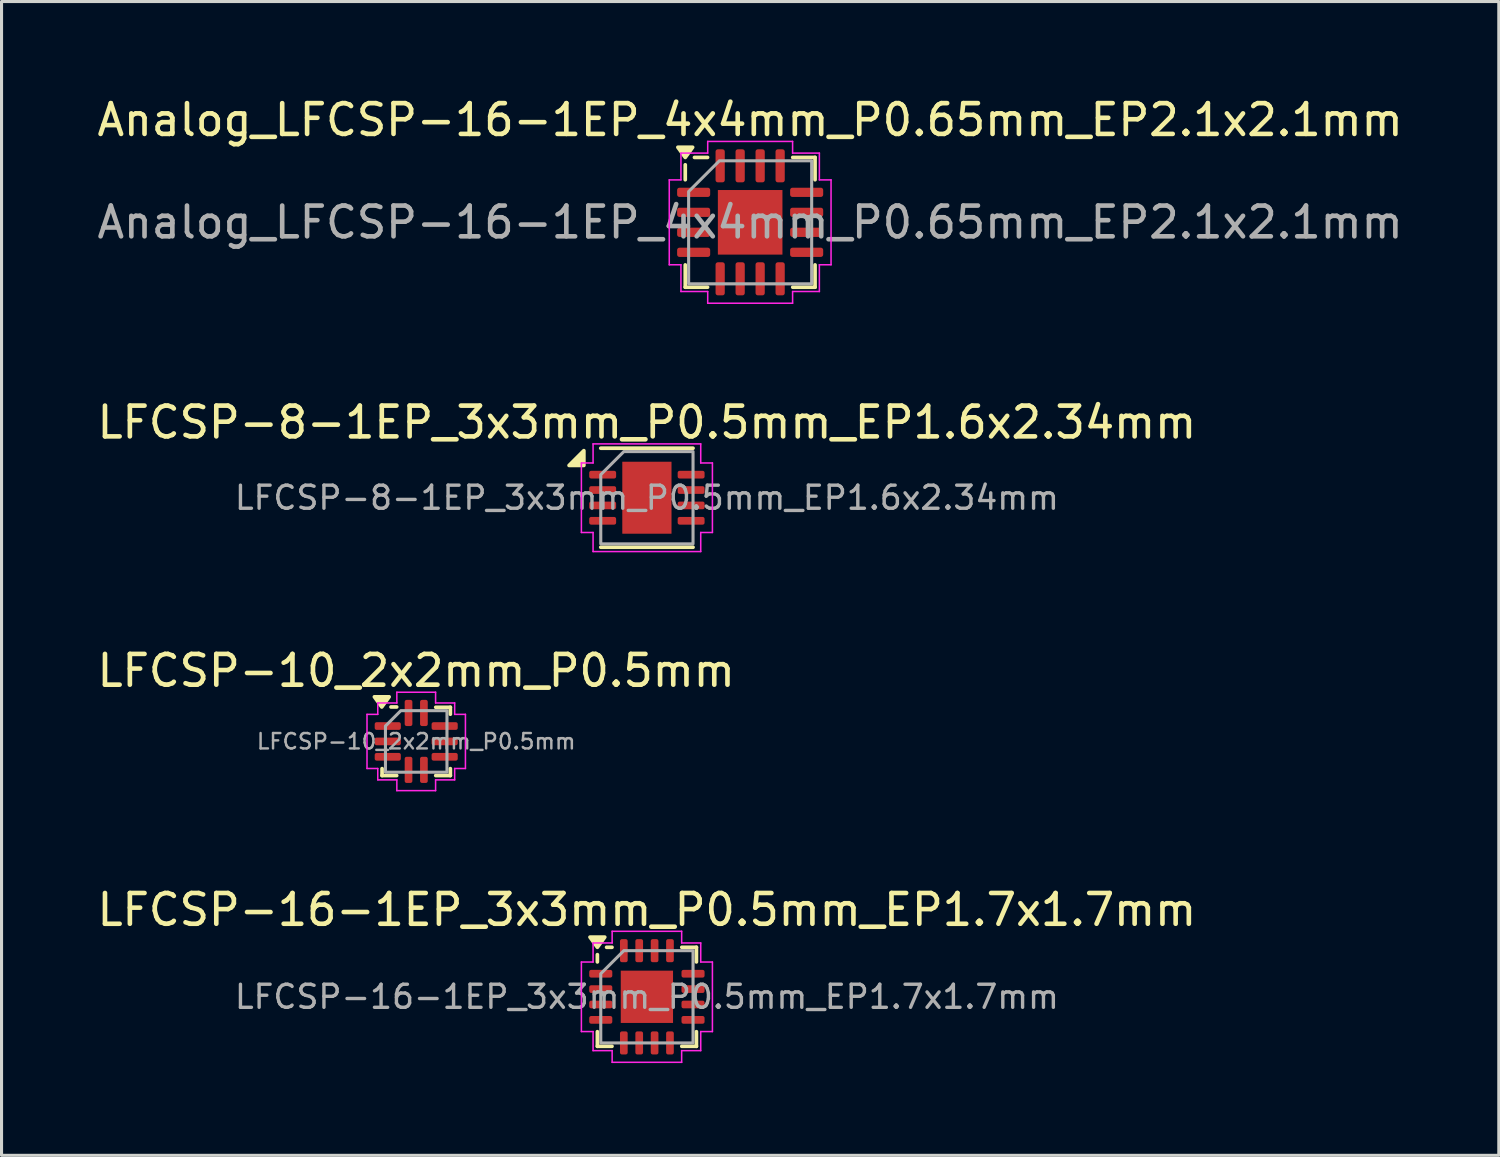
<source format=kicad_pcb>
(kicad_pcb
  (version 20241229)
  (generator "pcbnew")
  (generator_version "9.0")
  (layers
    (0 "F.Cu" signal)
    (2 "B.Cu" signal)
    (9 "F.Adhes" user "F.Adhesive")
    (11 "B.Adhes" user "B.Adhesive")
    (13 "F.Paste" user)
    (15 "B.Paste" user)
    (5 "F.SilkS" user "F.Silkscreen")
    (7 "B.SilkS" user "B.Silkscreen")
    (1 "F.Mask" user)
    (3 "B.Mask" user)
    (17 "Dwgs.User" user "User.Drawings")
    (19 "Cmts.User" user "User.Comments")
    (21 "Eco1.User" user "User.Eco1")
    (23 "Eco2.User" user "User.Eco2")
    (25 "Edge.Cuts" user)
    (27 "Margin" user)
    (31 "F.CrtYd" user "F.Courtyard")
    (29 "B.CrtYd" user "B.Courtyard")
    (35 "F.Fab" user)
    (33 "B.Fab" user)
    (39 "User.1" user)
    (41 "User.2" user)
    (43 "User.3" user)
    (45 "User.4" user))
  (footprint "LFCSP-8-1EP_3x3mm_P0.5mm_EP1.6x2.34mm"
    (layer "F.Cu")
    (at 17.982 13.132)
    (property "Reference" "LFCSP-8-1EP_3x3mm_P0.5mm_EP1.6x2.34mm" (at 0 -2.45 0) (layer "F.SilkS") (effects (font (size 1 1) (thickness 0.15))))
    (attr smd)
    (fp_line (start -1.5 -1.61) (end 1.5 -1.61) (stroke (width 0.12) (type solid)) (layer "F.SilkS"))
    (fp_line (start -1.5 1.61) (end 1.5 1.61) (stroke (width 0.12) (type solid)) (layer "F.SilkS"))
    (fp_poly (pts (xy -2.05 -1.05) (xy -2.53 -1.05) (xy -2.05 -1.53)) (stroke (width 0.12) (type solid)) (fill yes) (layer "F.SilkS"))
    (fp_line (start -2.13 -1.13) (end -1.75 -1.13) (stroke (width 0.05) (type solid)) (layer "F.CrtYd"))
    (fp_line (start -2.13 1.13) (end -2.13 -1.13) (stroke (width 0.05) (type solid)) (layer "F.CrtYd"))
    (fp_line (start -1.75 -1.75) (end 1.75 -1.75) (stroke (width 0.05) (type solid)) (layer "F.CrtYd"))
    (fp_line (start -1.75 -1.13) (end -1.75 -1.75) (stroke (width 0.05) (type solid)) (layer "F.CrtYd"))
    (fp_line (start -1.75 1.13) (end -2.13 1.13) (stroke (width 0.05) (type solid)) (layer "F.CrtYd"))
    (fp_line (start -1.75 1.75) (end -1.75 1.13) (stroke (width 0.05) (type solid)) (layer "F.CrtYd"))
    (fp_line (start 1.75 -1.75) (end 1.75 -1.13) (stroke (width 0.05) (type solid)) (layer "F.CrtYd"))
    (fp_line (start 1.75 -1.13) (end 2.13 -1.13) (stroke (width 0.05) (type solid)) (layer "F.CrtYd"))
    (fp_line (start 1.75 1.13) (end 1.75 1.75) (stroke (width 0.05) (type solid)) (layer "F.CrtYd"))
    (fp_line (start 1.75 1.75) (end -1.75 1.75) (stroke (width 0.05) (type solid)) (layer "F.CrtYd"))
    (fp_line (start 2.13 -1.13) (end 2.13 1.13) (stroke (width 0.05) (type solid)) (layer "F.CrtYd"))
    (fp_line (start 2.13 1.13) (end 1.75 1.13) (stroke (width 0.05) (type solid)) (layer "F.CrtYd"))
    (fp_poly (pts (xy -1.5 -0.75) (xy -1.5 1.5) (xy 1.5 1.5) (xy 1.5 -1.5) (xy -0.75 -1.5)) (stroke (width 0.1) (type solid)) (fill no) (layer "F.Fab"))
    (fp_text user "${REFERENCE}" (at 0 0 0) (layer "F.Fab") (effects (font (size 0.75 0.75) (thickness 0.11))))
    (pad "" smd roundrect (at -0.4 -0.585) (size 0.64 0.94) (layers "F.Paste") (roundrect_rratio 0.25))
    (pad "" smd roundrect (at -0.4 0.585) (size 0.64 0.94) (layers "F.Paste") (roundrect_rratio 0.25))
    (pad "" smd roundrect (at 0.4 -0.585) (size 0.64 0.94) (layers "F.Paste") (roundrect_rratio 0.25))
    (pad "" smd roundrect (at 0.4 0.585) (size 0.64 0.94) (layers "F.Paste") (roundrect_rratio 0.25))
    (pad "1" smd roundrect (at -1.438 -0.75) (size 0.875 0.25) (layers "F.Cu" "F.Mask" "F.Paste") (roundrect_rratio 0.25))
    (pad "2" smd roundrect (at -1.438 -0.25) (size 0.875 0.25) (layers "F.Cu" "F.Mask" "F.Paste") (roundrect_rratio 0.25))
    (pad "3" smd roundrect (at -1.438 0.25) (size 0.875 0.25) (layers "F.Cu" "F.Mask" "F.Paste") (roundrect_rratio 0.25))
    (pad "4" smd roundrect (at -1.438 0.75) (size 0.875 0.25) (layers "F.Cu" "F.Mask" "F.Paste") (roundrect_rratio 0.25))
    (pad "5" smd roundrect (at 1.438 0.75) (size 0.875 0.25) (layers "F.Cu" "F.Mask" "F.Paste") (roundrect_rratio 0.25))
    (pad "6" smd roundrect (at 1.438 0.25) (size 0.875 0.25) (layers "F.Cu" "F.Mask" "F.Paste") (roundrect_rratio 0.25))
    (pad "7" smd roundrect (at 1.438 -0.25) (size 0.875 0.25) (layers "F.Cu" "F.Mask" "F.Paste") (roundrect_rratio 0.25))
    (pad "8" smd roundrect (at 1.438 -0.75) (size 0.875 0.25) (layers "F.Cu" "F.Mask" "F.Paste") (roundrect_rratio 0.25))
    (pad "9" smd rect (at 0 0) (size 1.6 2.34) (property pad_prop_heatsink) (layers "F.Cu" "F.Mask")))
  (footprint "LFCSP-16-1EP_3x3mm_P0.5mm_EP1.7x1.7mm"
    (layer "F.Cu")
    (at 17.982 29.358)
    (property "Reference" "LFCSP-16-1EP_3x3mm_P0.5mm_EP1.7x1.7mm" (at 0 -2.83 0) (layer "F.SilkS") (effects (font (size 1 1) (thickness 0.15))))
    (attr smd)
    (fp_line (start -1.61 -1.135) (end -1.61 -1.37) (stroke (width 0.12) (type solid)) (layer "F.SilkS"))
    (fp_line (start -1.61 1.61) (end -1.61 1.135) (stroke (width 0.12) (type solid)) (layer "F.SilkS"))
    (fp_line (start -1.135 -1.61) (end -1.31 -1.61) (stroke (width 0.12) (type solid)) (layer "F.SilkS"))
    (fp_line (start -1.135 1.61) (end -1.61 1.61) (stroke (width 0.12) (type solid)) (layer "F.SilkS"))
    (fp_line (start 1.135 -1.61) (end 1.61 -1.61) (stroke (width 0.12) (type solid)) (layer "F.SilkS"))
    (fp_line (start 1.135 1.61) (end 1.61 1.61) (stroke (width 0.12) (type solid)) (layer "F.SilkS"))
    (fp_line (start 1.61 -1.61) (end 1.61 -1.135) (stroke (width 0.12) (type solid)) (layer "F.SilkS"))
    (fp_line (start 1.61 1.61) (end 1.61 1.135) (stroke (width 0.12) (type solid)) (layer "F.SilkS"))
    (fp_poly (pts (xy -1.61 -1.61) (xy -1.85 -1.94) (xy -1.37 -1.94)) (stroke (width 0.12) (type solid)) (fill yes) (layer "F.SilkS"))
    (fp_line (start -2.13 -1.13) (end -1.75 -1.13) (stroke (width 0.05) (type solid)) (layer "F.CrtYd"))
    (fp_line (start -2.13 1.13) (end -2.13 -1.13) (stroke (width 0.05) (type solid)) (layer "F.CrtYd"))
    (fp_line (start -1.75 -1.75) (end -1.13 -1.75) (stroke (width 0.05) (type solid)) (layer "F.CrtYd"))
    (fp_line (start -1.75 -1.13) (end -1.75 -1.75) (stroke (width 0.05) (type solid)) (layer "F.CrtYd"))
    (fp_line (start -1.75 1.13) (end -2.13 1.13) (stroke (width 0.05) (type solid)) (layer "F.CrtYd"))
    (fp_line (start -1.75 1.75) (end -1.75 1.13) (stroke (width 0.05) (type solid)) (layer "F.CrtYd"))
    (fp_line (start -1.13 -2.13) (end 1.13 -2.13) (stroke (width 0.05) (type solid)) (layer "F.CrtYd"))
    (fp_line (start -1.13 -1.75) (end -1.13 -2.13) (stroke (width 0.05) (type solid)) (layer "F.CrtYd"))
    (fp_line (start -1.13 1.75) (end -1.75 1.75) (stroke (width 0.05) (type solid)) (layer "F.CrtYd"))
    (fp_line (start -1.13 2.13) (end -1.13 1.75) (stroke (width 0.05) (type solid)) (layer "F.CrtYd"))
    (fp_line (start 1.13 -2.13) (end 1.13 -1.75) (stroke (width 0.05) (type solid)) (layer "F.CrtYd"))
    (fp_line (start 1.13 -1.75) (end 1.75 -1.75) (stroke (width 0.05) (type solid)) (layer "F.CrtYd"))
    (fp_line (start 1.13 1.75) (end 1.13 2.13) (stroke (width 0.05) (type solid)) (layer "F.CrtYd"))
    (fp_line (start 1.13 2.13) (end -1.13 2.13) (stroke (width 0.05) (type solid)) (layer "F.CrtYd"))
    (fp_line (start 1.75 -1.75) (end 1.75 -1.13) (stroke (width 0.05) (type solid)) (layer "F.CrtYd"))
    (fp_line (start 1.75 -1.13) (end 2.13 -1.13) (stroke (width 0.05) (type solid)) (layer "F.CrtYd"))
    (fp_line (start 1.75 1.13) (end 1.75 1.75) (stroke (width 0.05) (type solid)) (layer "F.CrtYd"))
    (fp_line (start 1.75 1.75) (end 1.13 1.75) (stroke (width 0.05) (type solid)) (layer "F.CrtYd"))
    (fp_line (start 2.13 -1.13) (end 2.13 1.13) (stroke (width 0.05) (type solid)) (layer "F.CrtYd"))
    (fp_line (start 2.13 1.13) (end 1.75 1.13) (stroke (width 0.05) (type solid)) (layer "F.CrtYd"))
    (fp_poly (pts (xy -1.5 -0.75) (xy -1.5 1.5) (xy 1.5 1.5) (xy 1.5 -1.5) (xy -0.75 -1.5)) (stroke (width 0.1) (type solid)) (fill no) (layer "F.Fab"))
    (fp_text user "${REFERENCE}" (at 0 0 0) (layer "F.Fab") (effects (font (size 0.75 0.75) (thickness 0.11))))
    (pad "" smd roundrect (at -0.425 -0.425) (size 0.69 0.69) (layers "F.Paste") (roundrect_rratio 0.25))
    (pad "" smd roundrect (at -0.425 0.425) (size 0.69 0.69) (layers "F.Paste") (roundrect_rratio 0.25))
    (pad "" smd roundrect (at 0.425 -0.425) (size 0.69 0.69) (layers "F.Paste") (roundrect_rratio 0.25))
    (pad "" smd roundrect (at 0.425 0.425) (size 0.69 0.69) (layers "F.Paste") (roundrect_rratio 0.25))
    (pad "1" smd roundrect (at -1.5 -0.75) (size 0.75 0.25) (layers "F.Cu" "F.Mask" "F.Paste") (roundrect_rratio 0.25))
    (pad "2" smd roundrect (at -1.5 -0.25) (size 0.75 0.25) (layers "F.Cu" "F.Mask" "F.Paste") (roundrect_rratio 0.25))
    (pad "3" smd roundrect (at -1.5 0.25) (size 0.75 0.25) (layers "F.Cu" "F.Mask" "F.Paste") (roundrect_rratio 0.25))
    (pad "4" smd roundrect (at -1.5 0.75) (size 0.75 0.25) (layers "F.Cu" "F.Mask" "F.Paste") (roundrect_rratio 0.25))
    (pad "5" smd roundrect (at -0.75 1.5) (size 0.25 0.75) (layers "F.Cu" "F.Mask" "F.Paste") (roundrect_rratio 0.25))
    (pad "6" smd roundrect (at -0.25 1.5) (size 0.25 0.75) (layers "F.Cu" "F.Mask" "F.Paste") (roundrect_rratio 0.25))
    (pad "7" smd roundrect (at 0.25 1.5) (size 0.25 0.75) (layers "F.Cu" "F.Mask" "F.Paste") (roundrect_rratio 0.25))
    (pad "8" smd roundrect (at 0.75 1.5) (size 0.25 0.75) (layers "F.Cu" "F.Mask" "F.Paste") (roundrect_rratio 0.25))
    (pad "9" smd roundrect (at 1.5 0.75) (size 0.75 0.25) (layers "F.Cu" "F.Mask" "F.Paste") (roundrect_rratio 0.25))
    (pad "10" smd roundrect (at 1.5 0.25) (size 0.75 0.25) (layers "F.Cu" "F.Mask" "F.Paste") (roundrect_rratio 0.25))
    (pad "11" smd roundrect (at 1.5 -0.25) (size 0.75 0.25) (layers "F.Cu" "F.Mask" "F.Paste") (roundrect_rratio 0.25))
    (pad "12" smd roundrect (at 1.5 -0.75) (size 0.75 0.25) (layers "F.Cu" "F.Mask" "F.Paste") (roundrect_rratio 0.25))
    (pad "13" smd roundrect (at 0.75 -1.5) (size 0.25 0.75) (layers "F.Cu" "F.Mask" "F.Paste") (roundrect_rratio 0.25))
    (pad "14" smd roundrect (at 0.25 -1.5) (size 0.25 0.75) (layers "F.Cu" "F.Mask" "F.Paste") (roundrect_rratio 0.25))
    (pad "15" smd roundrect (at -0.25 -1.5) (size 0.25 0.75) (layers "F.Cu" "F.Mask" "F.Paste") (roundrect_rratio 0.25))
    (pad "16" smd roundrect (at -0.75 -1.5) (size 0.25 0.75) (layers "F.Cu" "F.Mask" "F.Paste") (roundrect_rratio 0.25))
    (pad "17" smd rect (at 0 0) (size 1.7 1.7) (property pad_prop_heatsink) (layers "F.Cu" "F.Mask")))
  (footprint "Analog_LFCSP-16-1EP_4x4mm_P0.65mm_EP2.1x2.1mm"
    (layer "F.Cu")
    (at 21.339 4.178)
    (property "Reference" "Analog_LFCSP-16-1EP_4x4mm_P0.65mm_EP2.1x2.1mm" (at 0 -3.33 0) (layer "F.SilkS") (effects (font (size 1 1) (thickness 0.15))))
    (attr smd)
    (fp_line (start -2.11 -1.385) (end -2.11 -1.87) (stroke (width 0.12) (type solid)) (layer "F.SilkS"))
    (fp_line (start -2.11 2.11) (end -2.11 1.385) (stroke (width 0.12) (type solid)) (layer "F.SilkS"))
    (fp_line (start -1.385 -2.11) (end -1.81 -2.11) (stroke (width 0.12) (type solid)) (layer "F.SilkS"))
    (fp_line (start -1.385 2.11) (end -2.11 2.11) (stroke (width 0.12) (type solid)) (layer "F.SilkS"))
    (fp_line (start 1.385 -2.11) (end 2.11 -2.11) (stroke (width 0.12) (type solid)) (layer "F.SilkS"))
    (fp_line (start 1.385 2.11) (end 2.11 2.11) (stroke (width 0.12) (type solid)) (layer "F.SilkS"))
    (fp_line (start 2.11 -2.11) (end 2.11 -1.385) (stroke (width 0.12) (type solid)) (layer "F.SilkS"))
    (fp_line (start 2.11 2.11) (end 2.11 1.385) (stroke (width 0.12) (type solid)) (layer "F.SilkS"))
    (fp_poly (pts (xy -2.11 -2.11) (xy -2.35 -2.44) (xy -1.87 -2.44)) (stroke (width 0.12) (type solid)) (fill yes) (layer "F.SilkS"))
    (fp_line (start -2.63 -1.38) (end -2.25 -1.38) (stroke (width 0.05) (type solid)) (layer "F.CrtYd"))
    (fp_line (start -2.63 1.38) (end -2.63 -1.38) (stroke (width 0.05) (type solid)) (layer "F.CrtYd"))
    (fp_line (start -2.25 -2.25) (end -1.38 -2.25) (stroke (width 0.05) (type solid)) (layer "F.CrtYd"))
    (fp_line (start -2.25 -1.38) (end -2.25 -2.25) (stroke (width 0.05) (type solid)) (layer "F.CrtYd"))
    (fp_line (start -2.25 1.38) (end -2.63 1.38) (stroke (width 0.05) (type solid)) (layer "F.CrtYd"))
    (fp_line (start -2.25 2.25) (end -2.25 1.38) (stroke (width 0.05) (type solid)) (layer "F.CrtYd"))
    (fp_line (start -1.38 -2.63) (end 1.38 -2.63) (stroke (width 0.05) (type solid)) (layer "F.CrtYd"))
    (fp_line (start -1.38 -2.25) (end -1.38 -2.63) (stroke (width 0.05) (type solid)) (layer "F.CrtYd"))
    (fp_line (start -1.38 2.25) (end -2.25 2.25) (stroke (width 0.05) (type solid)) (layer "F.CrtYd"))
    (fp_line (start -1.38 2.63) (end -1.38 2.25) (stroke (width 0.05) (type solid)) (layer "F.CrtYd"))
    (fp_line (start 1.38 -2.63) (end 1.38 -2.25) (stroke (width 0.05) (type solid)) (layer "F.CrtYd"))
    (fp_line (start 1.38 -2.25) (end 2.25 -2.25) (stroke (width 0.05) (type solid)) (layer "F.CrtYd"))
    (fp_line (start 1.38 2.25) (end 1.38 2.63) (stroke (width 0.05) (type solid)) (layer "F.CrtYd"))
    (fp_line (start 1.38 2.63) (end -1.38 2.63) (stroke (width 0.05) (type solid)) (layer "F.CrtYd"))
    (fp_line (start 2.25 -2.25) (end 2.25 -1.38) (stroke (width 0.05) (type solid)) (layer "F.CrtYd"))
    (fp_line (start 2.25 -1.38) (end 2.63 -1.38) (stroke (width 0.05) (type solid)) (layer "F.CrtYd"))
    (fp_line (start 2.25 1.38) (end 2.25 2.25) (stroke (width 0.05) (type solid)) (layer "F.CrtYd"))
    (fp_line (start 2.25 2.25) (end 1.38 2.25) (stroke (width 0.05) (type solid)) (layer "F.CrtYd"))
    (fp_line (start 2.63 -1.38) (end 2.63 1.38) (stroke (width 0.05) (type solid)) (layer "F.CrtYd"))
    (fp_line (start 2.63 1.38) (end 2.25 1.38) (stroke (width 0.05) (type solid)) (layer "F.CrtYd"))
    (fp_poly (pts (xy -2 -1) (xy -2 2) (xy 2 2) (xy 2 -2) (xy -1 -2)) (stroke (width 0.1) (type solid)) (fill no) (layer "F.Fab"))
    (fp_text user "${REFERENCE}" (at 0 0 0) (layer "F.Fab") (effects (font (size 1 1) (thickness 0.15))))
    (pad "" smd roundrect (at -0.525 -0.525) (size 0.85 0.85) (layers "F.Paste") (roundrect_rratio 0.25))
    (pad "" smd roundrect (at -0.525 0.525) (size 0.85 0.85) (layers "F.Paste") (roundrect_rratio 0.25))
    (pad "" smd roundrect (at 0.525 -0.525) (size 0.85 0.85) (layers "F.Paste") (roundrect_rratio 0.25))
    (pad "" smd roundrect (at 0.525 0.525) (size 0.85 0.85) (layers "F.Paste") (roundrect_rratio 0.25))
    (pad "1" smd roundrect (at -1.837 -0.975) (size 1.075 0.3) (layers "F.Cu" "F.Mask" "F.Paste") (roundrect_rratio 0.25))
    (pad "2" smd roundrect (at -1.837 -0.325) (size 1.075 0.3) (layers "F.Cu" "F.Mask" "F.Paste") (roundrect_rratio 0.25))
    (pad "3" smd roundrect (at -1.837 0.325) (size 1.075 0.3) (layers "F.Cu" "F.Mask" "F.Paste") (roundrect_rratio 0.25))
    (pad "4" smd roundrect (at -1.837 0.975) (size 1.075 0.3) (layers "F.Cu" "F.Mask" "F.Paste") (roundrect_rratio 0.25))
    (pad "5" smd roundrect (at -0.975 1.837) (size 0.3 1.075) (layers "F.Cu" "F.Mask" "F.Paste") (roundrect_rratio 0.25))
    (pad "6" smd roundrect (at -0.325 1.837) (size 0.3 1.075) (layers "F.Cu" "F.Mask" "F.Paste") (roundrect_rratio 0.25))
    (pad "7" smd roundrect (at 0.325 1.837) (size 0.3 1.075) (layers "F.Cu" "F.Mask" "F.Paste") (roundrect_rratio 0.25))
    (pad "8" smd roundrect (at 0.975 1.837) (size 0.3 1.075) (layers "F.Cu" "F.Mask" "F.Paste") (roundrect_rratio 0.25))
    (pad "9" smd roundrect (at 1.837 0.975) (size 1.075 0.3) (layers "F.Cu" "F.Mask" "F.Paste") (roundrect_rratio 0.25))
    (pad "10" smd roundrect (at 1.837 0.325) (size 1.075 0.3) (layers "F.Cu" "F.Mask" "F.Paste") (roundrect_rratio 0.25))
    (pad "11" smd roundrect (at 1.837 -0.325) (size 1.075 0.3) (layers "F.Cu" "F.Mask" "F.Paste") (roundrect_rratio 0.25))
    (pad "12" smd roundrect (at 1.837 -0.975) (size 1.075 0.3) (layers "F.Cu" "F.Mask" "F.Paste") (roundrect_rratio 0.25))
    (pad "13" smd roundrect (at 0.975 -1.837) (size 0.3 1.075) (layers "F.Cu" "F.Mask" "F.Paste") (roundrect_rratio 0.25))
    (pad "14" smd roundrect (at 0.325 -1.837) (size 0.3 1.075) (layers "F.Cu" "F.Mask" "F.Paste") (roundrect_rratio 0.25))
    (pad "15" smd roundrect (at -0.325 -1.837) (size 0.3 1.075) (layers "F.Cu" "F.Mask" "F.Paste") (roundrect_rratio 0.25))
    (pad "16" smd roundrect (at -0.975 -1.837) (size 0.3 1.075) (layers "F.Cu" "F.Mask" "F.Paste") (roundrect_rratio 0.25))
    (pad "17" smd rect (at 0 0) (size 2.1 2.1) (property pad_prop_heatsink) (layers "F.Cu" "F.Mask")))
  (footprint "LFCSP-10_2x2mm_P0.5mm"
    (layer "F.Cu")
    (at 10.482 21.055)
    (property "Reference" "LFCSP-10_2x2mm_P0.5mm" (at 0 -2.3 0) (layer "F.SilkS") (effects (font (size 1 1) (thickness 0.15))))
    (attr smd)
    (fp_line (start -1.11 1.11) (end -1.11 0.885) (stroke (width 0.12) (type solid)) (layer "F.SilkS"))
    (fp_line (start -0.635 -1.12) (end -0.82 -1.12) (stroke (width 0.12) (type solid)) (layer "F.SilkS"))
    (fp_line (start -0.635 1.11) (end -1.11 1.11) (stroke (width 0.12) (type solid)) (layer "F.SilkS"))
    (fp_line (start 0.635 -1.11) (end 1.11 -1.11) (stroke (width 0.12) (type solid)) (layer "F.SilkS"))
    (fp_line (start 0.635 1.11) (end 1.11 1.11) (stroke (width 0.12) (type solid)) (layer "F.SilkS"))
    (fp_line (start 1.11 -1.11) (end 1.11 -0.885) (stroke (width 0.12) (type solid)) (layer "F.SilkS"))
    (fp_line (start 1.11 1.11) (end 1.11 0.885) (stroke (width 0.12) (type solid)) (layer "F.SilkS"))
    (fp_poly (pts (xy -1.12 -1.12) (xy -1.36 -1.45) (xy -0.88 -1.45)) (stroke (width 0.12) (type solid)) (fill yes) (layer "F.SilkS"))
    (fp_line (start -1.6 -0.88) (end -1.25 -0.88) (stroke (width 0.05) (type solid)) (layer "F.CrtYd"))
    (fp_line (start -1.6 0.88) (end -1.6 -0.88) (stroke (width 0.05) (type solid)) (layer "F.CrtYd"))
    (fp_line (start -1.25 -1.25) (end -0.63 -1.25) (stroke (width 0.05) (type solid)) (layer "F.CrtYd"))
    (fp_line (start -1.25 -0.88) (end -1.25 -1.25) (stroke (width 0.05) (type solid)) (layer "F.CrtYd"))
    (fp_line (start -1.25 0.88) (end -1.6 0.88) (stroke (width 0.05) (type solid)) (layer "F.CrtYd"))
    (fp_line (start -1.25 1.25) (end -1.25 0.88) (stroke (width 0.05) (type solid)) (layer "F.CrtYd"))
    (fp_line (start -0.63 -1.6) (end 0.63 -1.6) (stroke (width 0.05) (type solid)) (layer "F.CrtYd"))
    (fp_line (start -0.63 -1.25) (end -0.63 -1.6) (stroke (width 0.05) (type solid)) (layer "F.CrtYd"))
    (fp_line (start -0.63 1.25) (end -1.25 1.25) (stroke (width 0.05) (type solid)) (layer "F.CrtYd"))
    (fp_line (start -0.63 1.6) (end -0.63 1.25) (stroke (width 0.05) (type solid)) (layer "F.CrtYd"))
    (fp_line (start 0.63 -1.6) (end 0.63 -1.25) (stroke (width 0.05) (type solid)) (layer "F.CrtYd"))
    (fp_line (start 0.63 -1.25) (end 1.25 -1.25) (stroke (width 0.05) (type solid)) (layer "F.CrtYd"))
    (fp_line (start 0.63 1.25) (end 0.63 1.6) (stroke (width 0.05) (type solid)) (layer "F.CrtYd"))
    (fp_line (start 0.63 1.6) (end -0.63 1.6) (stroke (width 0.05) (type solid)) (layer "F.CrtYd"))
    (fp_line (start 1.25 -1.25) (end 1.25 -0.88) (stroke (width 0.05) (type solid)) (layer "F.CrtYd"))
    (fp_line (start 1.25 -0.88) (end 1.6 -0.88) (stroke (width 0.05) (type solid)) (layer "F.CrtYd"))
    (fp_line (start 1.25 0.88) (end 1.25 1.25) (stroke (width 0.05) (type solid)) (layer "F.CrtYd"))
    (fp_line (start 1.25 1.25) (end 0.63 1.25) (stroke (width 0.05) (type solid)) (layer "F.CrtYd"))
    (fp_line (start 1.6 -0.88) (end 1.6 0.88) (stroke (width 0.05) (type solid)) (layer "F.CrtYd"))
    (fp_line (start 1.6 0.88) (end 1.25 0.88) (stroke (width 0.05) (type solid)) (layer "F.CrtYd"))
    (fp_poly (pts (xy -1 -0.5) (xy -1 1) (xy 1 1) (xy 1 -1) (xy -0.5 -1)) (stroke (width 0.1) (type solid)) (fill no) (layer "F.Fab"))
    (fp_text user "${REFERENCE}" (at 0 0 0) (layer "F.Fab") (effects (font (size 0.5 0.5) (thickness 0.08))))
    (pad "1" smd roundrect (at -0.925 -0.5) (size 0.85 0.25) (layers "F.Cu" "F.Mask" "F.Paste") (roundrect_rratio 0.25))
    (pad "2" smd roundrect (at -0.925 0) (size 0.85 0.25) (layers "F.Cu" "F.Mask" "F.Paste") (roundrect_rratio 0.25))
    (pad "3" smd roundrect (at -0.925 0.5) (size 0.85 0.25) (layers "F.Cu" "F.Mask" "F.Paste") (roundrect_rratio 0.25))
    (pad "4" smd roundrect (at -0.25 0.925) (size 0.25 0.85) (layers "F.Cu" "F.Mask" "F.Paste") (roundrect_rratio 0.25))
    (pad "5" smd roundrect (at 0.25 0.925) (size 0.25 0.85) (layers "F.Cu" "F.Mask" "F.Paste") (roundrect_rratio 0.25))
    (pad "6" smd roundrect (at 0.925 0.5) (size 0.85 0.25) (layers "F.Cu" "F.Mask" "F.Paste") (roundrect_rratio 0.25))
    (pad "7" smd roundrect (at 0.925 0) (size 0.85 0.25) (layers "F.Cu" "F.Mask" "F.Paste") (roundrect_rratio 0.25))
    (pad "8" smd roundrect (at 0.925 -0.5) (size 0.85 0.25) (layers "F.Cu" "F.Mask" "F.Paste") (roundrect_rratio 0.25))
    (pad "9" smd roundrect (at 0.25 -0.925) (size 0.25 0.85) (layers "F.Cu" "F.Mask" "F.Paste") (roundrect_rratio 0.25))
    (pad "10" smd roundrect (at -0.25 -0.925) (size 0.25 0.85) (layers "F.Cu" "F.Mask" "F.Paste") (roundrect_rratio 0.25)))
  (gr_rect
    (start -3 -3)
    (end 45.679 34.513)
    (stroke (width 0.1) (type default))
    (fill no)
    (layer "Edge.Cuts")))
</source>
